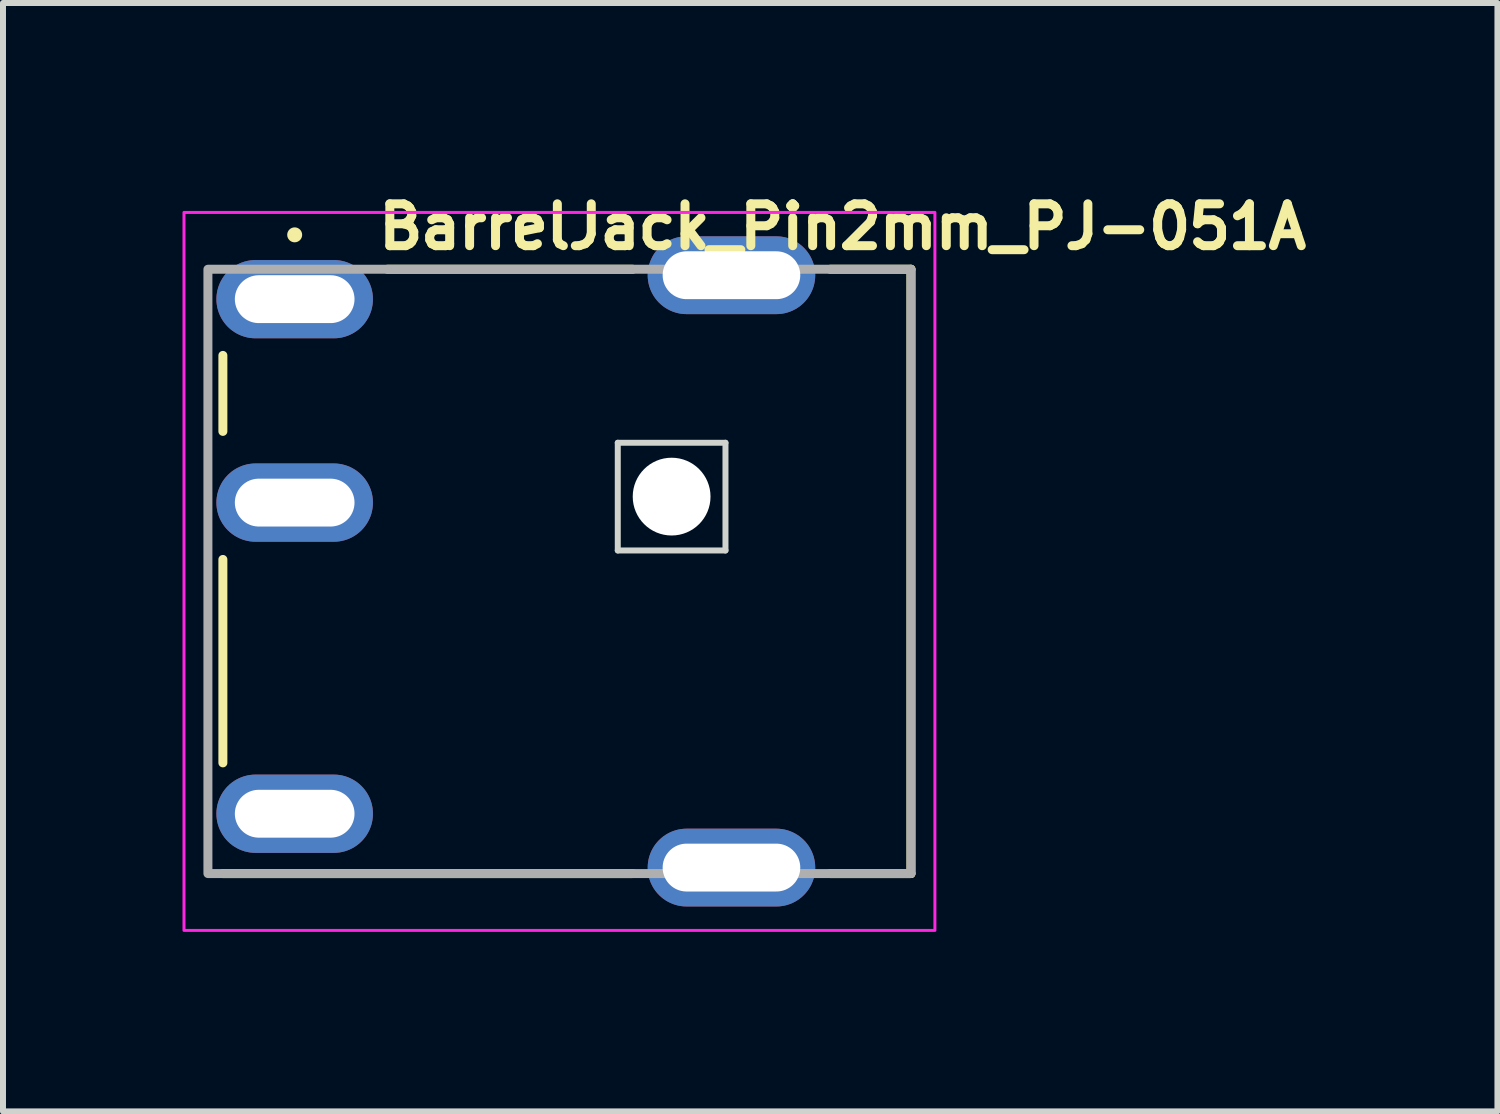
<source format=kicad_pcb>
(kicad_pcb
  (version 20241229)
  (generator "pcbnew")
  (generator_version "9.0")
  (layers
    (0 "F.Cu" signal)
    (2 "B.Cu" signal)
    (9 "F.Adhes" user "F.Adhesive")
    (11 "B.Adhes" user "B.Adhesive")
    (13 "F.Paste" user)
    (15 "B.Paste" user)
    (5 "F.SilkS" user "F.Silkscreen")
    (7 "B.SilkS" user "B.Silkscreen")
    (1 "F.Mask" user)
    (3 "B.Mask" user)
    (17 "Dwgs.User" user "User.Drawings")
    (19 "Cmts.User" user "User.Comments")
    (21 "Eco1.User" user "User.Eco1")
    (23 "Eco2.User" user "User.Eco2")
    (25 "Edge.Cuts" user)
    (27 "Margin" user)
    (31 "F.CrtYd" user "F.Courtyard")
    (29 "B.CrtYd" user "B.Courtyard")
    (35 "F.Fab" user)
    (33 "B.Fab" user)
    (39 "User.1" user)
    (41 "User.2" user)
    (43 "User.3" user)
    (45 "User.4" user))
  (footprint "BarrelJack_Pin2mm_PJ-051A"
    (layer "F.Cu")
    (at 1.875 1.95)
    (property "Reference" "BarrelJack_Pin2mm_PJ-051A" (at 1.325 -0.8 0) (layer "F.SilkS") (effects (font (size 0.7 0.7) (thickness 0.15)) (justify left bottom)))
    (attr through_hole)
    (fp_line (start -1.2 2.21) (end -1.2 0.94) (stroke (width 0.15) (type solid)) (layer "F.SilkS"))
    (fp_line (start -1.2 7.75) (end -1.2 4.35) (stroke (width 0.15) (type solid)) (layer "F.SilkS"))
    (fp_line (start 5.65 -0.5) (end 1.55 -0.5) (stroke (width 0.15) (type solid)) (layer "F.SilkS"))
    (fp_line (start 5.65 9.6) (end -1.2 9.6) (stroke (width 0.15) (type solid)) (layer "F.SilkS"))
    (fp_line (start 10.3 -0.5) (end 8.95 -0.5) (stroke (width 0.15) (type solid)) (layer "F.SilkS"))
    (fp_line (start 10.3 -0.5) (end 10.3 9.6) (stroke (width 0.15) (type solid)) (layer "F.SilkS"))
    (fp_line (start 10.3 9.6) (end 8.95 9.6) (stroke (width 0.15) (type solid)) (layer "F.SilkS"))
    (fp_circle (center 0 -1.075) (end 0.05 -1.075) (stroke (width 0.15) (type solid)) (fill yes) (layer "F.SilkS"))
    (fp_line (start 5.4 2.4) (end 7.2 2.4) (stroke (width 0.1) (type solid)) (layer "Edge.Cuts"))
    (fp_line (start 5.4 4.2) (end 5.4 2.4) (stroke (width 0.1) (type solid)) (layer "Edge.Cuts"))
    (fp_line (start 7.2 2.4) (end 7.2 4.2) (stroke (width 0.1) (type solid)) (layer "Edge.Cuts"))
    (fp_line (start 7.2 4.2) (end 5.4 4.2) (stroke (width 0.1) (type solid)) (layer "Edge.Cuts"))
    (fp_rect (start -1.85 -1.45) (end 10.7 10.55) (stroke (width 0.05) (type solid)) (fill no) (layer "F.CrtYd"))
    (fp_rect (start -1.45 -0.5) (end 10.3 9.6) (stroke (width 0.15) (type solid)) (fill no) (layer "F.Fab"))
    (fp_rect (start -1.45 -0.5) (end 10.3 9.6) (stroke (width 0.1) (type solid)) (fill no) (layer "User.5"))
    (fp_line (start -1.45 2.35) (end -1.45 2.35) (stroke (width 0.02) (type solid)) (layer "User.9"))
    (fp_line (start -1.45 2.351) (end -1.45 2.35) (stroke (width 0.02) (type solid)) (layer "User.9"))
    (fp_line (start -1.45 2.355) (end -1.45 2.351) (stroke (width 0.02) (type solid)) (layer "User.9"))
    (fp_line (start -1.45 2.361) (end -1.45 2.355) (stroke (width 0.02) (type solid)) (layer "User.9"))
    (fp_line (start -1.45 2.369) (end -1.45 2.361) (stroke (width 0.02) (type solid)) (layer "User.9"))
    (fp_line (start -1.45 2.38) (end -1.45 2.369) (stroke (width 0.02) (type solid)) (layer "User.9"))
    (fp_line (start -1.45 2.392) (end -1.45 2.38) (stroke (width 0.02) (type solid)) (layer "User.9"))
    (fp_line (start -1.45 2.408) (end -1.45 2.392) (stroke (width 0.02) (type solid)) (layer "User.9"))
    (fp_line (start -1.45 2.425) (end -1.45 2.408) (stroke (width 0.02) (type solid)) (layer "User.9"))
    (fp_line (start -1.45 2.445) (end -1.45 2.425) (stroke (width 0.02) (type solid)) (layer "User.9"))
    (fp_line (start -1.45 2.466) (end -1.45 2.445) (stroke (width 0.02) (type solid)) (layer "User.9"))
    (fp_line (start -1.45 2.49) (end -1.45 2.466) (stroke (width 0.02) (type solid)) (layer "User.9"))
    (fp_line (start -1.45 2.516) (end -1.45 2.49) (stroke (width 0.02) (type solid)) (layer "User.9"))
    (fp_line (start -1.45 2.574) (end -1.45 2.516) (stroke (width 0.02) (type solid)) (layer "User.9"))
    (fp_line (start -1.45 2.638) (end -1.45 2.574) (stroke (width 0.02) (type solid)) (layer "User.9"))
    (fp_line (start -1.45 2.71) (end -1.45 2.638) (stroke (width 0.02) (type solid)) (layer "User.9"))
    (fp_line (start -1.45 2.787) (end -1.45 2.71) (stroke (width 0.02) (type solid)) (layer "User.9"))
    (fp_line (start -1.45 2.87) (end -1.45 2.787) (stroke (width 0.02) (type solid)) (layer "User.9"))
    (fp_line (start -1.45 2.956) (end -1.45 2.87) (stroke (width 0.02) (type solid)) (layer "User.9"))
    (fp_line (start -1.45 3.047) (end -1.45 2.956) (stroke (width 0.02) (type solid)) (layer "User.9"))
    (fp_line (start -1.45 3.139) (end -1.45 3.047) (stroke (width 0.02) (type solid)) (layer "User.9"))
    (fp_line (start -1.45 3.329) (end -1.45 3.139) (stroke (width 0.02) (type solid)) (layer "User.9"))
    (fp_line (start -1.45 3.51) (end -1.45 3.329) (stroke (width 0.02) (type solid)) (layer "User.9"))
    (fp_line (start -1.45 3.598) (end -1.45 3.51) (stroke (width 0.02) (type solid)) (layer "User.9"))
    (fp_line (start -1.45 3.683) (end -1.45 3.598) (stroke (width 0.02) (type solid)) (layer "User.9"))
    (fp_line (start -1.45 3.765) (end -1.45 3.683) (stroke (width 0.02) (type solid)) (layer "User.9"))
    (fp_line (start -1.45 3.843) (end -1.45 3.765) (stroke (width 0.02) (type solid)) (layer "User.9"))
    (fp_line (start -1.45 3.915) (end -1.45 3.843) (stroke (width 0.02) (type solid)) (layer "User.9"))
    (fp_line (start -1.45 3.982) (end -1.45 3.915) (stroke (width 0.02) (type solid)) (layer "User.9"))
    (fp_line (start -1.45 4.042) (end -1.45 3.982) (stroke (width 0.02) (type solid)) (layer "User.9"))
    (fp_line (start -1.45 4.096) (end -1.45 4.042) (stroke (width 0.02) (type solid)) (layer "User.9"))
    (fp_line (start -1.45 4.142) (end -1.45 4.096) (stroke (width 0.02) (type solid)) (layer "User.9"))
    (fp_line (start -1.45 4.18) (end -1.45 4.142) (stroke (width 0.02) (type solid)) (layer "User.9"))
    (fp_line (start -1.45 4.197) (end -1.45 4.18) (stroke (width 0.02) (type solid)) (layer "User.9"))
    (fp_line (start -1.45 4.211) (end -1.45 4.197) (stroke (width 0.02) (type solid)) (layer "User.9"))
    (fp_line (start -1.45 4.223) (end -1.45 4.211) (stroke (width 0.02) (type solid)) (layer "User.9"))
    (fp_line (start -1.45 4.232) (end -1.45 4.223) (stroke (width 0.02) (type solid)) (layer "User.9"))
    (fp_line (start -1.45 4.24) (end -1.45 4.232) (stroke (width 0.02) (type solid)) (layer "User.9"))
    (fp_line (start -1.45 4.246) (end -1.45 4.24) (stroke (width 0.02) (type solid)) (layer "User.9"))
    (fp_line (start -1.45 4.249) (end -1.45 4.246) (stroke (width 0.02) (type solid)) (layer "User.9"))
    (fp_line (start -1.45 4.25) (end -1.45 4.249) (stroke (width 0.02) (type solid)) (layer "User.9"))
    (fp_line (start -1.449 1.074) (end -1.45 1.1) (stroke (width 0.02) (type solid)) (layer "User.9"))
    (fp_line (start -1.446 1.147) (end -1.45 1.1) (stroke (width 0.02) (type solid)) (layer "User.9"))
    (fp_line (start -1.446 2.303) (end -1.45 2.35) (stroke (width 0.02) (type solid)) (layer "User.9"))
    (fp_line (start -1.446 4.297) (end -1.45 4.25) (stroke (width 0.02) (type solid)) (layer "User.9"))
    (fp_line (start -1.445 1.048) (end -1.449 1.074) (stroke (width 0.02) (type solid)) (layer "User.9"))
    (fp_line (start -1.44 1.022) (end -1.445 1.048) (stroke (width 0.02) (type solid)) (layer "User.9"))
    (fp_line (start -1.436 1.192) (end -1.446 1.147) (stroke (width 0.02) (type solid)) (layer "User.9"))
    (fp_line (start -1.436 2.258) (end -1.446 2.303) (stroke (width 0.02) (type solid)) (layer "User.9"))
    (fp_line (start -1.436 4.342) (end -1.446 4.297) (stroke (width 0.02) (type solid)) (layer "User.9"))
    (fp_line (start -1.432 0.997) (end -1.44 1.022) (stroke (width 0.02) (type solid)) (layer "User.9"))
    (fp_line (start -1.422 0.973) (end -1.432 0.997) (stroke (width 0.02) (type solid)) (layer "User.9"))
    (fp_line (start -1.418 1.235) (end -1.436 1.192) (stroke (width 0.02) (type solid)) (layer "User.9"))
    (fp_line (start -1.418 2.215) (end -1.436 2.258) (stroke (width 0.02) (type solid)) (layer "User.9"))
    (fp_line (start -1.418 4.385) (end -1.436 4.342) (stroke (width 0.02) (type solid)) (layer "User.9"))
    (fp_line (start -1.409 0.949) (end -1.422 0.973) (stroke (width 0.02) (type solid)) (layer "User.9"))
    (fp_line (start -1.395 0.927) (end -1.409 0.949) (stroke (width 0.02) (type solid)) (layer "User.9"))
    (fp_line (start -1.394 1.275) (end -1.418 1.235) (stroke (width 0.02) (type solid)) (layer "User.9"))
    (fp_line (start -1.394 2.175) (end -1.418 2.215) (stroke (width 0.02) (type solid)) (layer "User.9"))
    (fp_line (start -1.394 4.425) (end -1.418 4.385) (stroke (width 0.02) (type solid)) (layer "User.9"))
    (fp_line (start -1.379 0.906) (end -1.395 0.927) (stroke (width 0.02) (type solid)) (layer "User.9"))
    (fp_line (start -1.363 1.311) (end -1.394 1.275) (stroke (width 0.02) (type solid)) (layer "User.9"))
    (fp_line (start -1.363 2.139) (end -1.394 2.175) (stroke (width 0.02) (type solid)) (layer "User.9"))
    (fp_line (start -1.363 4.461) (end -1.394 4.425) (stroke (width 0.02) (type solid)) (layer "User.9"))
    (fp_line (start -1.361 0.887) (end -1.379 0.906) (stroke (width 0.02) (type solid)) (layer "User.9"))
    (fp_line (start -1.342 0.869) (end -1.361 0.887) (stroke (width 0.02) (type solid)) (layer "User.9"))
    (fp_line (start -1.328 1.341) (end -1.363 1.311) (stroke (width 0.02) (type solid)) (layer "User.9"))
    (fp_line (start -1.328 2.109) (end -1.363 2.139) (stroke (width 0.02) (type solid)) (layer "User.9"))
    (fp_line (start -1.328 4.491) (end -1.363 4.461) (stroke (width 0.02) (type solid)) (layer "User.9"))
    (fp_line (start -1.321 0.853) (end -1.342 0.869) (stroke (width 0.02) (type solid)) (layer "User.9"))
    (fp_line (start -1.299 0.839) (end -1.321 0.853) (stroke (width 0.02) (type solid)) (layer "User.9"))
    (fp_line (start -1.288 1.366) (end -1.328 1.341) (stroke (width 0.02) (type solid)) (layer "User.9"))
    (fp_line (start -1.288 2.084) (end -1.328 2.109) (stroke (width 0.02) (type solid)) (layer "User.9"))
    (fp_line (start -1.288 4.516) (end -1.328 4.491) (stroke (width 0.02) (type solid)) (layer "User.9"))
    (fp_line (start -1.275 0.827) (end -1.299 0.839) (stroke (width 0.02) (type solid)) (layer "User.9"))
    (fp_line (start -1.251 0.817) (end -1.275 0.827) (stroke (width 0.02) (type solid)) (layer "User.9"))
    (fp_line (start -1.245 1.384) (end -1.288 1.366) (stroke (width 0.02) (type solid)) (layer "User.9"))
    (fp_line (start -1.245 2.066) (end -1.288 2.084) (stroke (width 0.02) (type solid)) (layer "User.9"))
    (fp_line (start -1.245 4.534) (end -1.288 4.516) (stroke (width 0.02) (type solid)) (layer "User.9"))
    (fp_line (start -1.226 0.81) (end -1.251 0.817) (stroke (width 0.02) (type solid)) (layer "User.9"))
    (fp_line (start -1.2 -0.25) (end -1.2 6.55) (stroke (width 0.02) (type solid)) (layer "User.9"))
    (fp_line (start -1.2 -0.25) (end 3.2 -0.25) (stroke (width 0.02) (type solid)) (layer "User.9"))
    (fp_line (start -1.2 0.804) (end -1.226 0.81) (stroke (width 0.02) (type solid)) (layer "User.9"))
    (fp_line (start -1.2 1.396) (end -1.245 1.384) (stroke (width 0.02) (type solid)) (layer "User.9"))
    (fp_line (start -1.2 2.054) (end -1.245 2.066) (stroke (width 0.02) (type solid)) (layer "User.9"))
    (fp_line (start -1.2 4.546) (end -1.245 4.534) (stroke (width 0.02) (type solid)) (layer "User.9"))
    (fp_line (start -1.2 6.85) (end -1.2 9.35) (stroke (width 0.02) (type solid)) (layer "User.9"))
    (fp_line (start -1.2 9.35) (end 0.8 9.35) (stroke (width 0.02) (type solid)) (layer "User.9"))
    (fp_line (start -0.75 6.55) (end -0.75 6.85) (stroke (width 0.02) (type solid)) (layer "User.9"))
    (fp_line (start 0.75 6.55) (end 0.75 6.85) (stroke (width 0.02) (type solid)) (layer "User.9"))
    (fp_line (start 0.75 6.85) (end -0.75 6.85) (stroke (width 0.02) (type solid)) (layer "User.9"))
    (fp_line (start 0.8 6.55) (end -1.2 6.55) (stroke (width 0.02) (type solid)) (layer "User.9"))
    (fp_line (start 0.8 6.55) (end 0.75 6.55) (stroke (width 0.02) (type solid)) (layer "User.9"))
    (fp_line (start 0.8 6.85) (end -1.2 6.85) (stroke (width 0.02) (type solid)) (layer "User.9"))
    (fp_line (start 0.8 9.35) (end 0.8 6.55) (stroke (width 0.02) (type solid)) (layer "User.9"))
    (fp_line (start 0.8 9.35) (end 3.2 9.35) (stroke (width 0.02) (type solid)) (layer "User.9"))
    (fp_line (start 1.65 0.7) (end 1.65 8.4) (stroke (width 0.02) (type solid)) (layer "User.9"))
    (fp_line (start 1.65 8.4) (end 1.654 8.439) (stroke (width 0.02) (type solid)) (layer "User.9"))
    (fp_line (start 1.654 0.661) (end 1.65 0.7) (stroke (width 0.02) (type solid)) (layer "User.9"))
    (fp_line (start 1.654 8.439) (end 1.665 8.477) (stroke (width 0.02) (type solid)) (layer "User.9"))
    (fp_line (start 1.665 0.623) (end 1.654 0.661) (stroke (width 0.02) (type solid)) (layer "User.9"))
    (fp_line (start 1.665 8.477) (end 1.684 8.511) (stroke (width 0.02) (type solid)) (layer "User.9"))
    (fp_line (start 1.684 0.589) (end 1.665 0.623) (stroke (width 0.02) (type solid)) (layer "User.9"))
    (fp_line (start 1.684 8.511) (end 1.709 8.541) (stroke (width 0.02) (type solid)) (layer "User.9"))
    (fp_line (start 1.709 0.559) (end 1.684 0.589) (stroke (width 0.02) (type solid)) (layer "User.9"))
    (fp_line (start 1.709 8.541) (end 1.739 8.566) (stroke (width 0.02) (type solid)) (layer "User.9"))
    (fp_line (start 1.739 0.534) (end 1.709 0.559) (stroke (width 0.02) (type solid)) (layer "User.9"))
    (fp_line (start 1.739 8.566) (end 1.773 8.585) (stroke (width 0.02) (type solid)) (layer "User.9"))
    (fp_line (start 1.773 0.515) (end 1.739 0.534) (stroke (width 0.02) (type solid)) (layer "User.9"))
    (fp_line (start 1.773 8.585) (end 1.811 8.596) (stroke (width 0.02) (type solid)) (layer "User.9"))
    (fp_line (start 1.811 0.504) (end 1.773 0.515) (stroke (width 0.02) (type solid)) (layer "User.9"))
    (fp_line (start 1.811 8.596) (end 1.85 8.6) (stroke (width 0.02) (type solid)) (layer "User.9"))
    (fp_line (start 1.85 0.5) (end 1.811 0.504) (stroke (width 0.02) (type solid)) (layer "User.9"))
    (fp_line (start 1.85 8.6) (end 3 8.6) (stroke (width 0.02) (type solid)) (layer "User.9"))
    (fp_line (start 3 0.5) (end 1.85 0.5) (stroke (width 0.02) (type solid)) (layer "User.9"))
    (fp_line (start 3 8.6) (end 3.039 8.604) (stroke (width 0.02) (type solid)) (layer "User.9"))
    (fp_line (start 3.039 0.496) (end 3 0.5) (stroke (width 0.02) (type solid)) (layer "User.9"))
    (fp_line (start 3.039 8.604) (end 3.077 8.615) (stroke (width 0.02) (type solid)) (layer "User.9"))
    (fp_line (start 3.077 0.485) (end 3.039 0.496) (stroke (width 0.02) (type solid)) (layer "User.9"))
    (fp_line (start 3.077 8.615) (end 3.111 8.634) (stroke (width 0.02) (type solid)) (layer "User.9"))
    (fp_line (start 3.111 0.466) (end 3.077 0.485) (stroke (width 0.02) (type solid)) (layer "User.9"))
    (fp_line (start 3.111 8.634) (end 3.141 8.659) (stroke (width 0.02) (type solid)) (layer "User.9"))
    (fp_line (start 3.141 0.441) (end 3.111 0.466) (stroke (width 0.02) (type solid)) (layer "User.9"))
    (fp_line (start 3.141 8.659) (end 3.166 8.689) (stroke (width 0.02) (type solid)) (layer "User.9"))
    (fp_line (start 3.166 0.411) (end 3.141 0.441) (stroke (width 0.02) (type solid)) (layer "User.9"))
    (fp_line (start 3.166 8.689) (end 3.185 8.723) (stroke (width 0.02) (type solid)) (layer "User.9"))
    (fp_line (start 3.185 0.377) (end 3.166 0.411) (stroke (width 0.02) (type solid)) (layer "User.9"))
    (fp_line (start 3.185 8.723) (end 3.196 8.761) (stroke (width 0.02) (type solid)) (layer "User.9"))
    (fp_line (start 3.196 0.339) (end 3.185 0.377) (stroke (width 0.02) (type solid)) (layer "User.9"))
    (fp_line (start 3.196 8.761) (end 3.2 8.8) (stroke (width 0.02) (type solid)) (layer "User.9"))
    (fp_line (start 3.2 -0.5) (end 9.8 -0.5) (stroke (width 0.02) (type solid)) (layer "User.9"))
    (fp_line (start 3.2 -0.498) (end 3.2 -0.5) (stroke (width 0.02) (type solid)) (layer "User.9"))
    (fp_line (start 3.2 -0.492) (end 3.2 -0.498) (stroke (width 0.02) (type solid)) (layer "User.9"))
    (fp_line (start 3.2 -0.483) (end 3.2 -0.492) (stroke (width 0.02) (type solid)) (layer "User.9"))
    (fp_line (start 3.2 -0.47) (end 3.2 -0.483) (stroke (width 0.02) (type solid)) (layer "User.9"))
    (fp_line (start 3.2 -0.454) (end 3.2 -0.47) (stroke (width 0.02) (type solid)) (layer "User.9"))
    (fp_line (start 3.2 -0.435) (end 3.2 -0.454) (stroke (width 0.02) (type solid)) (layer "User.9"))
    (fp_line (start 3.2 -0.412) (end 3.2 -0.435) (stroke (width 0.02) (type solid)) (layer "User.9"))
    (fp_line (start 3.2 -0.387) (end 3.2 -0.412) (stroke (width 0.02) (type solid)) (layer "User.9"))
    (fp_line (start 3.2 -0.36) (end 3.2 -0.387) (stroke (width 0.02) (type solid)) (layer "User.9"))
    (fp_line (start 3.2 -0.33) (end 3.2 -0.36) (stroke (width 0.02) (type solid)) (layer "User.9"))
    (fp_line (start 3.2 -0.299) (end 3.2 -0.33) (stroke (width 0.02) (type solid)) (layer "User.9"))
    (fp_line (start 3.2 -0.267) (end 3.2 -0.299) (stroke (width 0.02) (type solid)) (layer "User.9"))
    (fp_line (start 3.2 -0.234) (end 3.2 -0.267) (stroke (width 0.02) (type solid)) (layer "User.9"))
    (fp_line (start 3.2 -0.2) (end 3.2 -0.234) (stroke (width 0.02) (type solid)) (layer "User.9"))
    (fp_line (start 3.2 -0.2) (end 3.2 0.3) (stroke (width 0.02) (type solid)) (layer "User.9"))
    (fp_line (start 3.2 0.3) (end 3.196 0.339) (stroke (width 0.02) (type solid)) (layer "User.9"))
    (fp_line (start 3.2 8.8) (end 3.2 9.3) (stroke (width 0.02) (type solid)) (layer "User.9"))
    (fp_line (start 3.2 9.3) (end 9.8 9.3) (stroke (width 0.02) (type solid)) (layer "User.9"))
    (fp_line (start 3.2 9.334) (end 3.2 9.3) (stroke (width 0.02) (type solid)) (layer "User.9"))
    (fp_line (start 3.2 9.367) (end 3.2 9.334) (stroke (width 0.02) (type solid)) (layer "User.9"))
    (fp_line (start 3.2 9.399) (end 3.2 9.367) (stroke (width 0.02) (type solid)) (layer "User.9"))
    (fp_line (start 3.2 9.43) (end 3.2 9.399) (stroke (width 0.02) (type solid)) (layer "User.9"))
    (fp_line (start 3.2 9.46) (end 3.2 9.43) (stroke (width 0.02) (type solid)) (layer "User.9"))
    (fp_line (start 3.2 9.487) (end 3.2 9.46) (stroke (width 0.02) (type solid)) (layer "User.9"))
    (fp_line (start 3.2 9.512) (end 3.2 9.487) (stroke (width 0.02) (type solid)) (layer "User.9"))
    (fp_line (start 3.2 9.535) (end 3.2 9.512) (stroke (width 0.02) (type solid)) (layer "User.9"))
    (fp_line (start 3.2 9.554) (end 3.2 9.535) (stroke (width 0.02) (type solid)) (layer "User.9"))
    (fp_line (start 3.2 9.57) (end 3.2 9.554) (stroke (width 0.02) (type solid)) (layer "User.9"))
    (fp_line (start 3.2 9.583) (end 3.2 9.57) (stroke (width 0.02) (type solid)) (layer "User.9"))
    (fp_line (start 3.2 9.592) (end 3.2 9.583) (stroke (width 0.02) (type solid)) (layer "User.9"))
    (fp_line (start 3.2 9.598) (end 3.2 9.592) (stroke (width 0.02) (type solid)) (layer "User.9"))
    (fp_line (start 3.2 9.6) (end 3.2 9.598) (stroke (width 0.02) (type solid)) (layer "User.9"))
    (fp_line (start 9.8 -0.5) (end 9.8 -0.498) (stroke (width 0.02) (type solid)) (layer "User.9"))
    (fp_line (start 9.8 -0.498) (end 9.8 -0.492) (stroke (width 0.02) (type solid)) (layer "User.9"))
    (fp_line (start 9.8 -0.492) (end 9.8 -0.483) (stroke (width 0.02) (type solid)) (layer "User.9"))
    (fp_line (start 9.8 -0.483) (end 9.8 -0.47) (stroke (width 0.02) (type solid)) (layer "User.9"))
    (fp_line (start 9.8 -0.47) (end 9.8 -0.454) (stroke (width 0.02) (type solid)) (layer "User.9"))
    (fp_line (start 9.8 -0.454) (end 9.8 -0.435) (stroke (width 0.02) (type solid)) (layer "User.9"))
    (fp_line (start 9.8 -0.435) (end 9.8 -0.412) (stroke (width 0.02) (type solid)) (layer "User.9"))
    (fp_line (start 9.8 -0.412) (end 9.8 -0.387) (stroke (width 0.02) (type solid)) (layer "User.9"))
    (fp_line (start 9.8 -0.387) (end 9.8 -0.36) (stroke (width 0.02) (type solid)) (layer "User.9"))
    (fp_line (start 9.8 -0.36) (end 9.8 -0.33) (stroke (width 0.02) (type solid)) (layer "User.9"))
    (fp_line (start 9.8 -0.33) (end 9.8 -0.299) (stroke (width 0.02) (type solid)) (layer "User.9"))
    (fp_line (start 9.8 -0.299) (end 9.8 -0.267) (stroke (width 0.02) (type solid)) (layer "User.9"))
    (fp_line (start 9.8 -0.267) (end 9.8 -0.234) (stroke (width 0.02) (type solid)) (layer "User.9"))
    (fp_line (start 9.8 -0.25) (end 10.3 -0.25) (stroke (width 0.02) (type solid)) (layer "User.9"))
    (fp_line (start 9.8 -0.234) (end 9.8 -0.2) (stroke (width 0.02) (type solid)) (layer "User.9"))
    (fp_line (start 9.8 -0.2) (end 3.2 -0.2) (stroke (width 0.02) (type solid)) (layer "User.9"))
    (fp_line (start 9.8 9.3) (end 9.8 -0.2) (stroke (width 0.02) (type solid)) (layer "User.9"))
    (fp_line (start 9.8 9.3) (end 9.8 9.334) (stroke (width 0.02) (type solid)) (layer "User.9"))
    (fp_line (start 9.8 9.334) (end 9.8 9.367) (stroke (width 0.02) (type solid)) (layer "User.9"))
    (fp_line (start 9.8 9.35) (end 10.3 9.35) (stroke (width 0.02) (type solid)) (layer "User.9"))
    (fp_line (start 9.8 9.367) (end 9.8 9.399) (stroke (width 0.02) (type solid)) (layer "User.9"))
    (fp_line (start 9.8 9.399) (end 9.8 9.43) (stroke (width 0.02) (type solid)) (layer "User.9"))
    (fp_line (start 9.8 9.43) (end 9.8 9.46) (stroke (width 0.02) (type solid)) (layer "User.9"))
    (fp_line (start 9.8 9.46) (end 9.8 9.487) (stroke (width 0.02) (type solid)) (layer "User.9"))
    (fp_line (start 9.8 9.487) (end 9.8 9.512) (stroke (width 0.02) (type solid)) (layer "User.9"))
    (fp_line (start 9.8 9.512) (end 9.8 9.535) (stroke (width 0.02) (type solid)) (layer "User.9"))
    (fp_line (start 9.8 9.535) (end 9.8 9.554) (stroke (width 0.02) (type solid)) (layer "User.9"))
    (fp_line (start 9.8 9.554) (end 9.8 9.57) (stroke (width 0.02) (type solid)) (layer "User.9"))
    (fp_line (start 9.8 9.57) (end 9.8 9.583) (stroke (width 0.02) (type solid)) (layer "User.9"))
    (fp_line (start 9.8 9.583) (end 9.8 9.592) (stroke (width 0.02) (type solid)) (layer "User.9"))
    (fp_line (start 9.8 9.592) (end 9.8 9.598) (stroke (width 0.02) (type solid)) (layer "User.9"))
    (fp_line (start 9.8 9.598) (end 9.8 9.6) (stroke (width 0.02) (type solid)) (layer "User.9"))
    (fp_line (start 9.8 9.6) (end 3.2 9.6) (stroke (width 0.02) (type solid)) (layer "User.9"))
    (fp_line (start 10.3 -0.25) (end 10.3 9.35) (stroke (width 0.02) (type solid)) (layer "User.9"))
    (pad "" np_thru_hole circle (at 6.3 3.3) (size 1.3 1.3) (drill 1.3) (layers "*.Cu" "*.Mask"))
    (pad "1" thru_hole oval (at 0 0) (size 2.616 1.308) (drill oval 2 0.8) (layers "*.Cu" "*.Mask"))
    (pad "2" thru_hole oval (at 0 8.6) (size 2.616 1.308) (drill oval 2 0.8) (layers "*.Cu" "*.Mask"))
    (pad "3" thru_hole oval (at 0 3.4) (size 2.616 1.308) (drill oval 2 0.8) (layers "*.Cu" "*.Mask"))
    (pad "SH" thru_hole oval (at 7.3 -0.4) (size 2.8 1.3) (drill oval 2.3 0.8) (layers "*.Cu" "*.Mask"))
    (pad "SH" thru_hole oval (at 7.3 9.5) (size 2.8 1.3) (drill oval 2.3 0.8) (layers "*.Cu" "*.Mask")))
  (gr_rect
    (start -3 -3)
    (end 21.977 15.525)
    (stroke (width 0.1) (type default))
    (fill no)
    (layer "Edge.Cuts")))
</source>
